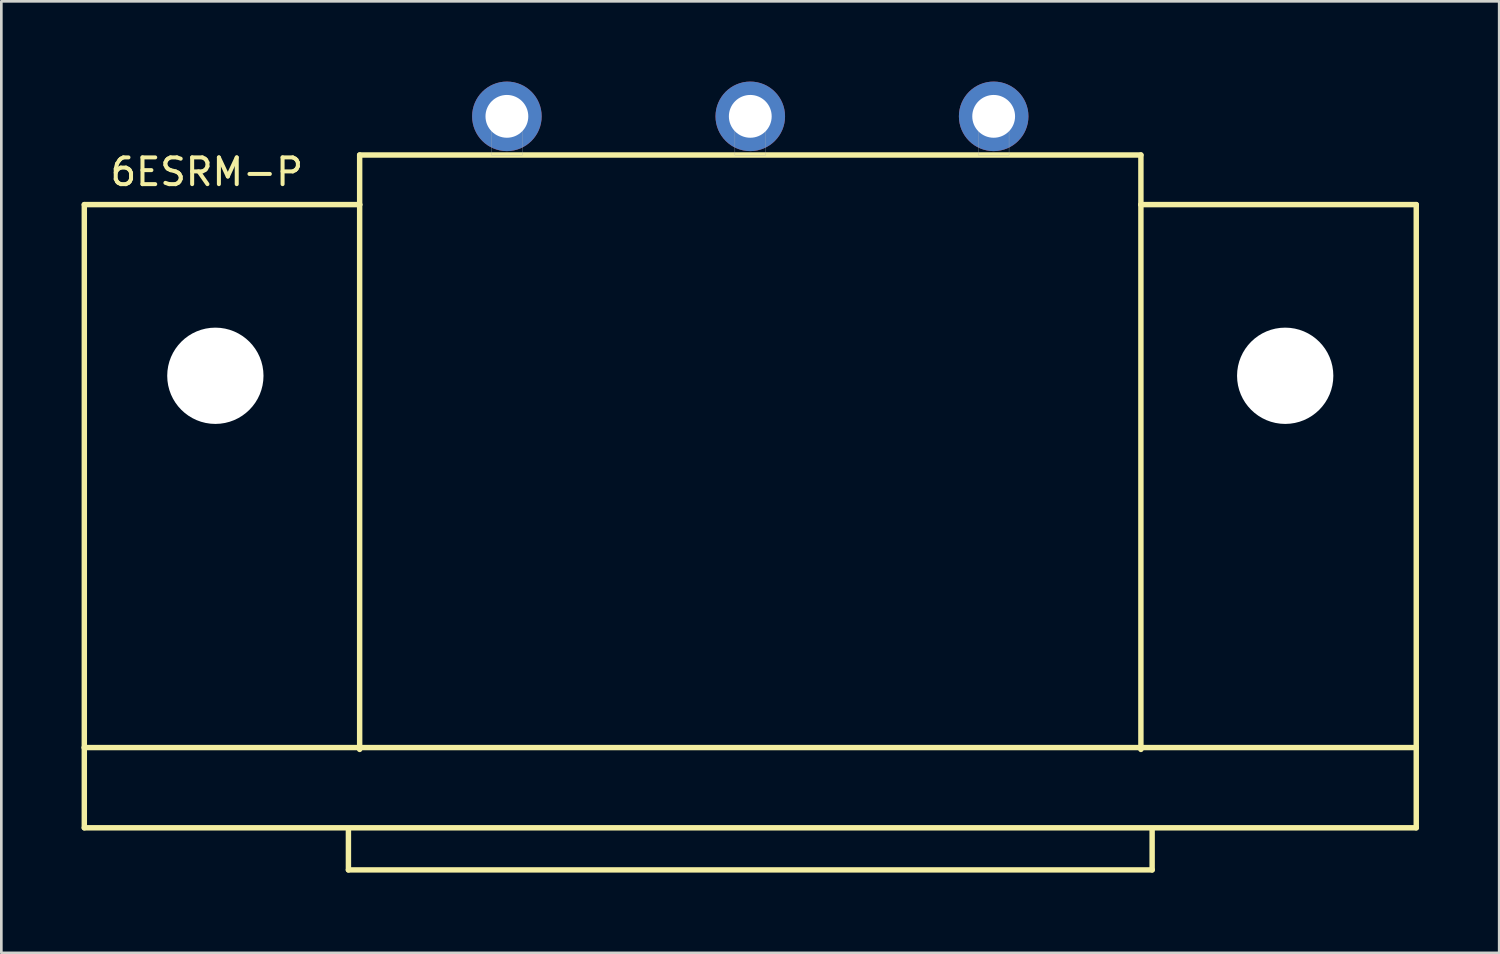
<source format=kicad_pcb>
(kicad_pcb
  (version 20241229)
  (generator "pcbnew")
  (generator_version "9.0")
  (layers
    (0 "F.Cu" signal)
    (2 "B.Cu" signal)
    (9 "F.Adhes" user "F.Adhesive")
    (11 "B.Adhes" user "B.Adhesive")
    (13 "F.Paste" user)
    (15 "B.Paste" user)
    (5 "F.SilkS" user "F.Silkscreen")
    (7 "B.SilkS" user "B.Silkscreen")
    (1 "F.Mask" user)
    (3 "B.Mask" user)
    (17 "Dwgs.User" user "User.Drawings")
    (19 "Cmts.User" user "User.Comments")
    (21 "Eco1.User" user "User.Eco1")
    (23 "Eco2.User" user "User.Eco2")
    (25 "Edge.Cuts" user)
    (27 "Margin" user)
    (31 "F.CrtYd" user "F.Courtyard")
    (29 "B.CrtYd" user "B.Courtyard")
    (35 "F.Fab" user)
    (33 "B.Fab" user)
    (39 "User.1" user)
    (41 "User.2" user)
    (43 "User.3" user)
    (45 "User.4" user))
  (footprint "6ESRM-P"
    (layer "F.Cu")
    (at 25.002 11)
    (property "Reference" "6ESRM-P" (at -20.32 -7.62 0) (layer "F.SilkS") (effects (font (size 1 1) (thickness 0.15))))
    (attr through_hole)
    (fp_line (start -24.9 -6.4) (end -14.605 -6.4) (stroke (width 0.203) (type solid)) (layer "F.SilkS"))
    (fp_line (start -24.9 13.9) (end -24.9 -6.4) (stroke (width 0.203) (type solid)) (layer "F.SilkS"))
    (fp_line (start -24.9 13.9) (end -24.9 16.9) (stroke (width 0.203) (type solid)) (layer "F.SilkS"))
    (fp_line (start -24.9 16.9) (end 24.9 16.9) (stroke (width 0.203) (type solid)) (layer "F.SilkS"))
    (fp_line (start -15.025 16.95) (end -15.025 18.475) (stroke (width 0.203) (type solid)) (layer "F.SilkS"))
    (fp_line (start -15.025 18.475) (end 15.025 18.475) (stroke (width 0.203) (type solid)) (layer "F.SilkS"))
    (fp_line (start -14.605 -8.255) (end -14.605 -6.4) (stroke (width 0.203) (type solid)) (layer "F.SilkS"))
    (fp_line (start -14.605 -8.255) (end 14.605 -8.255) (stroke (width 0.203) (type solid)) (layer "F.SilkS"))
    (fp_line (start -14.605 -6.4) (end -14.605 13.97) (stroke (width 0.203) (type solid)) (layer "F.SilkS"))
    (fp_line (start 14.605 -8.255) (end 14.605 -6.4) (stroke (width 0.203) (type solid)) (layer "F.SilkS"))
    (fp_line (start 14.605 -6.4) (end 14.605 13.97) (stroke (width 0.203) (type solid)) (layer "F.SilkS"))
    (fp_line (start 14.605 -6.4) (end 24.9 -6.4) (stroke (width 0.203) (type solid)) (layer "F.SilkS"))
    (fp_line (start 15.025 18.475) (end 15.025 16.975) (stroke (width 0.203) (type solid)) (layer "F.SilkS"))
    (fp_line (start 24.9 -6.4) (end 24.9 13.9) (stroke (width 0.203) (type solid)) (layer "F.SilkS"))
    (fp_line (start 24.9 13.9) (end -24.9 13.9) (stroke (width 0.203) (type solid)) (layer "F.SilkS"))
    (fp_line (start 24.9 16.9) (end 24.9 13.9) (stroke (width 0.203) (type solid)) (layer "F.SilkS"))
    (fp_poly (pts (xy -9.675 -10.175) (xy -8.525 -10.175) (xy -8.525 -8.25) (xy -9.675 -8.25)) (stroke (width 0.01) (type solid)) (fill no) (layer "F.Fab"))
    (fp_poly (pts (xy -0.575 -10.175) (xy 0.575 -10.175) (xy 0.575 -8.25) (xy -0.575 -8.25)) (stroke (width 0.01) (type solid)) (fill no) (layer "F.Fab"))
    (fp_poly (pts (xy 8.525 -10.175) (xy 9.675 -10.175) (xy 9.675 -8.25) (xy 8.525 -8.25)) (stroke (width 0.01) (type solid)) (fill no) (layer "F.Fab"))
    (pad "" np_thru_hole circle (at -20 0) (size 3.6 3.6) (drill 3.6) (layers "*.Cu" "*.Mask"))
    (pad "" np_thru_hole circle (at 20 0) (size 3.6 3.6) (drill 3.6) (layers "*.Cu" "*.Mask"))
    (pad "1" thru_hole circle (at -9.1 -9.7) (size 2.6 2.6) (drill 1.6) (layers "*.Cu" "*.Mask"))
    (pad "2" thru_hole circle (at 0 -9.7) (size 2.6 2.6) (drill 1.6) (layers "*.Cu" "*.Mask"))
    (pad "3" thru_hole circle (at 9.1 -9.7) (size 2.6 2.6) (drill 1.6) (layers "*.Cu" "*.Mask")))
  (gr_rect
    (start -3 -3)
    (end 53.003 32.577)
    (stroke (width 0.1) (type default))
    (fill no)
    (layer "Edge.Cuts")))
</source>
